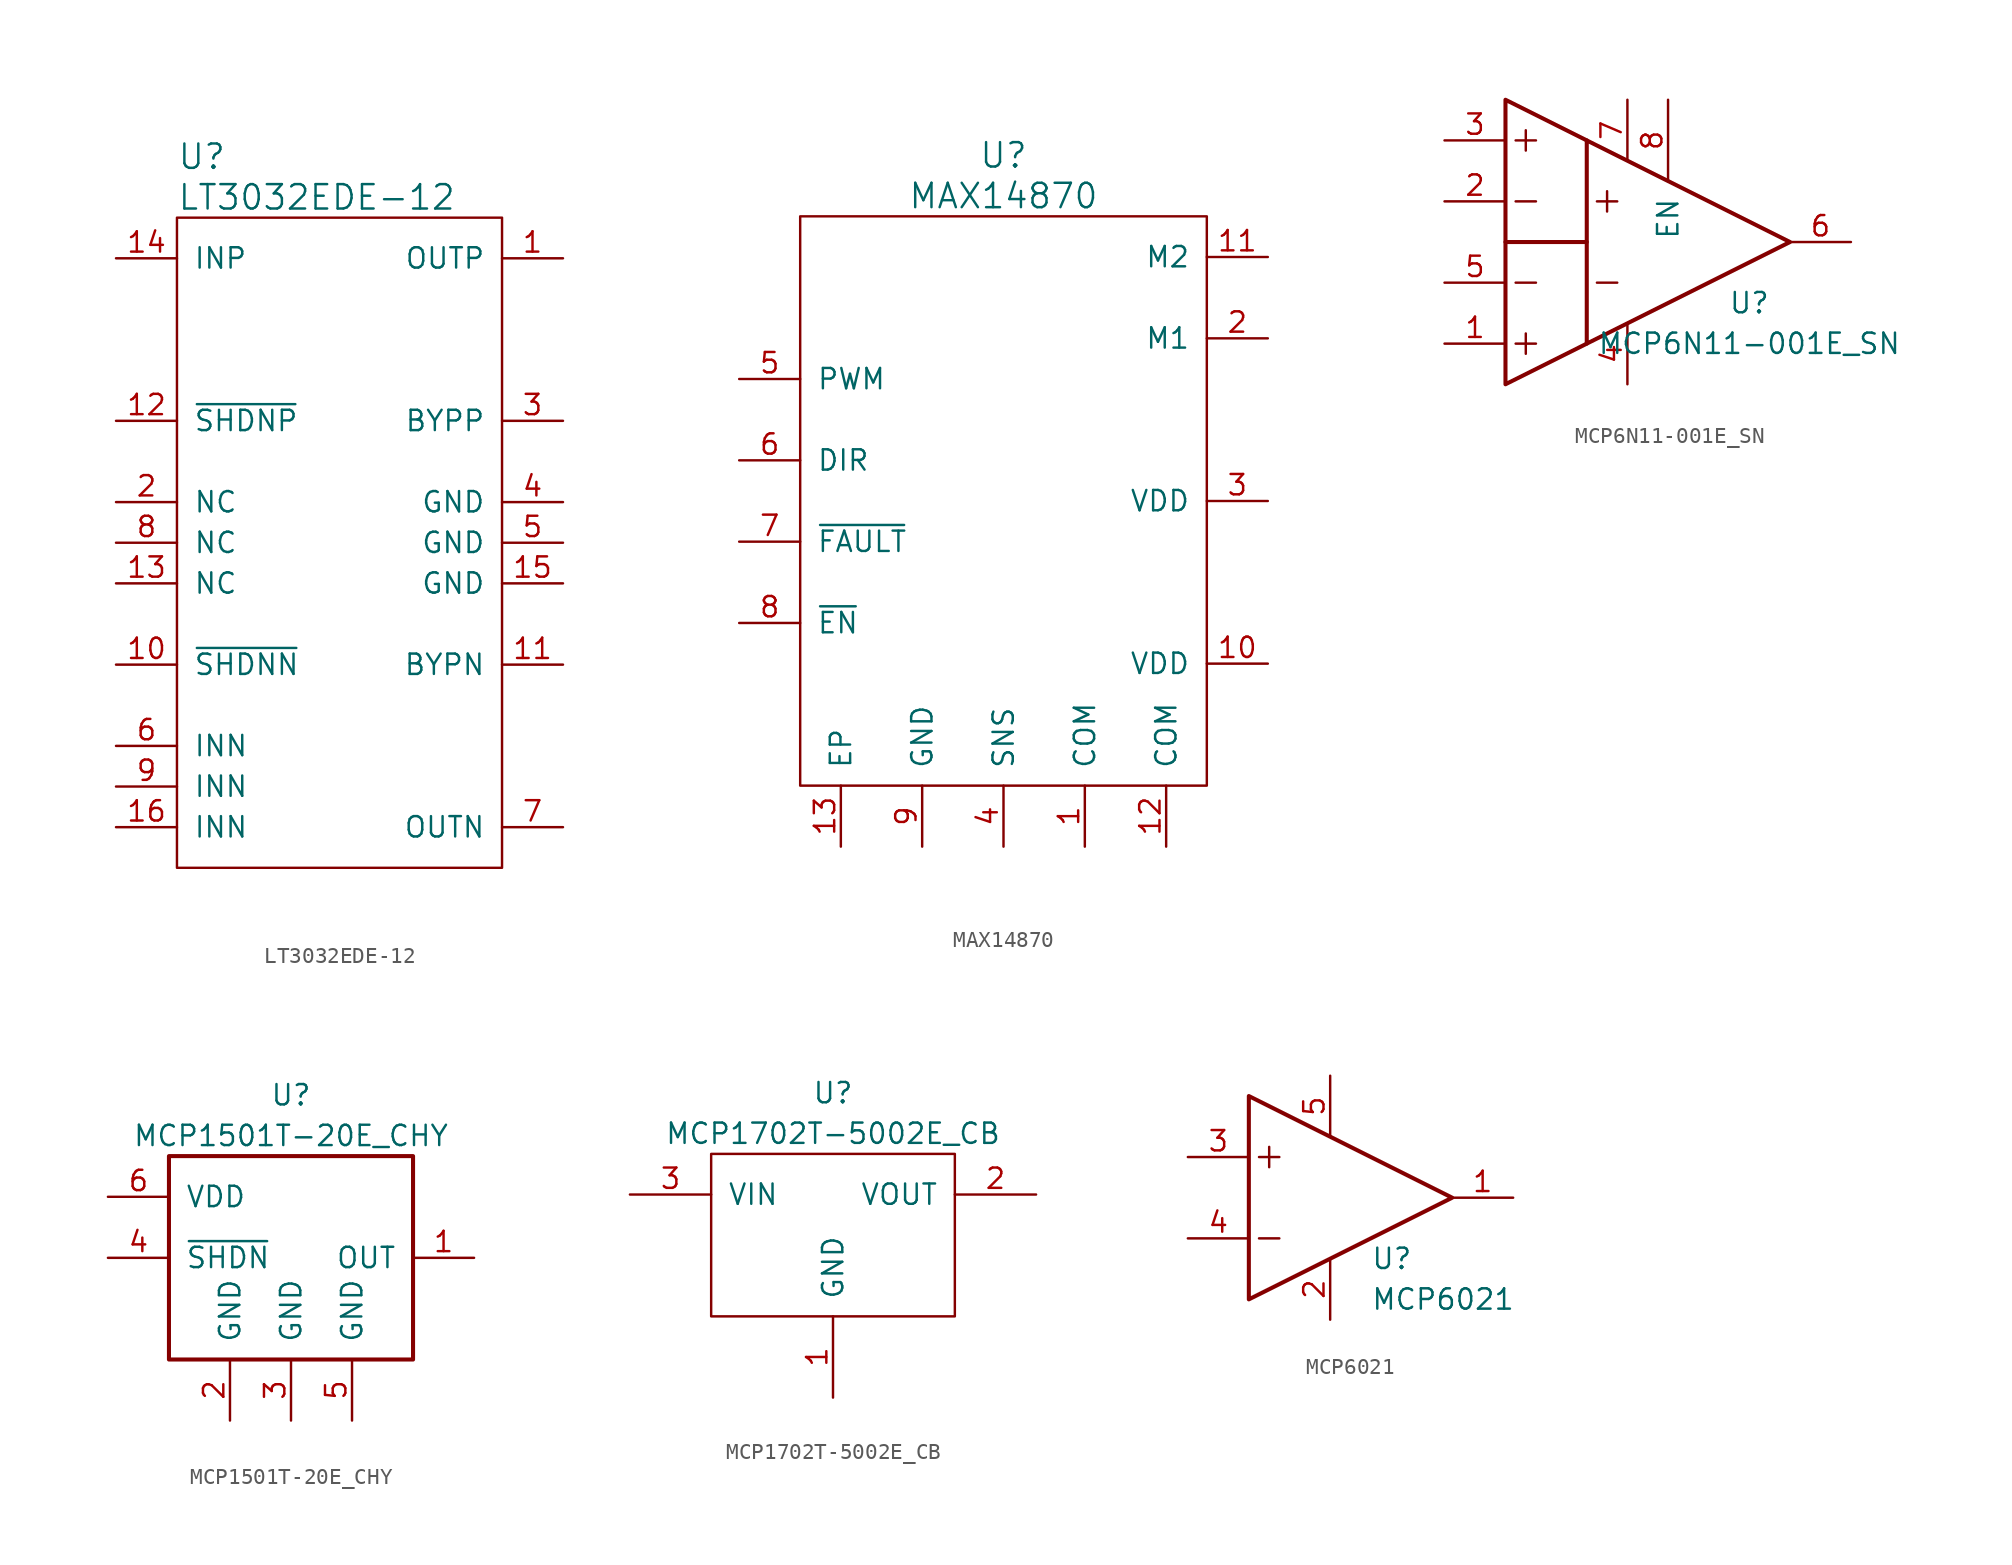
<source format=kicad_sym>
(kicad_symbol_lib
  (version 20211014)
  (generator kicad_symbol_editor)
  (symbol "LT3032EDE-12"
    (pin_names
      (offset 1.016))
    (property "Reference" "U"
      (at -10.16 24.13 0)
      (effects (font (size 1.524 1.524)) (justify left)))
    (property "Value" "LT3032EDE-12"
      (at -10.16 21.59 0)
      (effects (font (size 1.524 1.524)) (justify left)))
    (symbol "LT3032EDE-12_0_1"
      (rectangle (start -10.16 20.32) (end 10.16 -20.32) (stroke (width 0) (type default) (color 0 0 0 0)) (fill (type none))))
    (symbol "LT3032EDE-12_1_1"
      (pin input line (at 13.97 17.78 180) (length 3.81) (name "OUTP" (effects (font (size 1.27 1.27)))) (number "1" (effects (font (size 1.27 1.27)))))
      (pin input line (at -13.97 -7.62 0) (length 3.81) (name "~{SHDNN}" (effects (font (size 1.27 1.27)))) (number "10" (effects (font (size 1.27 1.27)))))
      (pin input line (at 13.97 -7.62 180) (length 3.81) (name "BYPN" (effects (font (size 1.27 1.27)))) (number "11" (effects (font (size 1.27 1.27)))))
      (pin input line (at -13.97 7.62 0) (length 3.81) (name "~{SHDNP}" (effects (font (size 1.27 1.27)))) (number "12" (effects (font (size 1.27 1.27)))))
      (pin input line (at -13.97 -2.54 0) (length 3.81) (name "NC" (effects (font (size 1.27 1.27)))) (number "13" (effects (font (size 1.27 1.27)))))
      (pin input line (at -13.97 17.78 0) (length 3.81) (name "INP" (effects (font (size 1.27 1.27)))) (number "14" (effects (font (size 1.27 1.27)))))
      (pin input line (at 13.97 -2.54 180) (length 3.81) (name "GND" (effects (font (size 1.27 1.27)))) (number "15" (effects (font (size 1.27 1.27)))))
      (pin input line (at -13.97 -17.78 0) (length 3.81) (name "INN" (effects (font (size 1.27 1.27)))) (number "16" (effects (font (size 1.27 1.27)))))
      (pin input line (at -13.97 2.54 0) (length 3.81) (name "NC" (effects (font (size 1.27 1.27)))) (number "2" (effects (font (size 1.27 1.27)))))
      (pin input line (at 13.97 7.62 180) (length 3.81) (name "BYPP" (effects (font (size 1.27 1.27)))) (number "3" (effects (font (size 1.27 1.27)))))
      (pin input line (at 13.97 2.54 180) (length 3.81) (name "GND" (effects (font (size 1.27 1.27)))) (number "4" (effects (font (size 1.27 1.27)))))
      (pin input line (at 13.97 0 180) (length 3.81) (name "GND" (effects (font (size 1.27 1.27)))) (number "5" (effects (font (size 1.27 1.27)))))
      (pin input line (at -13.97 -12.7 0) (length 3.81) (name "INN" (effects (font (size 1.27 1.27)))) (number "6" (effects (font (size 1.27 1.27)))))
      (pin input line (at 13.97 -17.78 180) (length 3.81) (name "OUTN" (effects (font (size 1.27 1.27)))) (number "7" (effects (font (size 1.27 1.27)))))
      (pin input line (at -13.97 0 0) (length 3.81) (name "NC" (effects (font (size 1.27 1.27)))) (number "8" (effects (font (size 1.27 1.27)))))
      (pin input line (at -13.97 -15.24 0) (length 3.81) (name "INN" (effects (font (size 1.27 1.27)))) (number "9" (effects (font (size 1.27 1.27)))))))
  (symbol "MAX14870"
    (pin_names
      (offset 1.016))
    (property "Reference" "U"
      (at 0 21.59 0)
      (effects (font (size 1.524 1.524))))
    (property "Value" "MAX14870"
      (at 0 19.05 0)
      (effects (font (size 1.524 1.524))))
    (symbol "MAX14870_0_1"
      (rectangle (start -12.7 17.78) (end 12.7 -17.78) (stroke (width 0) (type default) (color 0 0 0 0)) (fill (type none))))
    (symbol "MAX14870_1_1"
      (pin input line (at 5.08 -21.59 90) (length 3.81) (name "COM" (effects (font (size 1.27 1.27)))) (number "1" (effects (font (size 1.27 1.27)))))
      (pin input line (at 16.51 -10.16 180) (length 3.81) (name "VDD" (effects (font (size 1.27 1.27)))) (number "10" (effects (font (size 1.27 1.27)))))
      (pin input line (at 16.51 15.24 180) (length 3.81) (name "M2" (effects (font (size 1.27 1.27)))) (number "11" (effects (font (size 1.27 1.27)))))
      (pin input line (at 10.16 -21.59 90) (length 3.81) (name "COM" (effects (font (size 1.27 1.27)))) (number "12" (effects (font (size 1.27 1.27)))))
      (pin input line (at -10.16 -21.59 90) (length 3.81) (name "EP" (effects (font (size 1.27 1.27)))) (number "13" (effects (font (size 1.27 1.27)))))
      (pin input line (at 16.51 10.16 180) (length 3.81) (name "M1" (effects (font (size 1.27 1.27)))) (number "2" (effects (font (size 1.27 1.27)))))
      (pin input line (at 16.51 0 180) (length 3.81) (name "VDD" (effects (font (size 1.27 1.27)))) (number "3" (effects (font (size 1.27 1.27)))))
      (pin input line (at 0 -21.59 90) (length 3.81) (name "SNS" (effects (font (size 1.27 1.27)))) (number "4" (effects (font (size 1.27 1.27)))))
      (pin input line (at -16.51 7.62 0) (length 3.81) (name "PWM" (effects (font (size 1.27 1.27)))) (number "5" (effects (font (size 1.27 1.27)))))
      (pin input line (at -16.51 2.54 0) (length 3.81) (name "DIR" (effects (font (size 1.27 1.27)))) (number "6" (effects (font (size 1.27 1.27)))))
      (pin input line (at -16.51 -2.54 0) (length 3.81) (name "~{FAULT}" (effects (font (size 1.27 1.27)))) (number "7" (effects (font (size 1.27 1.27)))))
      (pin input line (at -16.51 -7.62 0) (length 3.81) (name "~{EN}" (effects (font (size 1.27 1.27)))) (number "8" (effects (font (size 1.27 1.27)))))
      (pin input line (at -5.08 -21.59 90) (length 3.81) (name "GND" (effects (font (size 1.27 1.27)))) (number "9" (effects (font (size 1.27 1.27)))))))
  (symbol "MCP6N11-001E_SN"
    (pin_names
      (offset 1.016))
    (property "Reference" "U"
      (at 7.62 -3.81 0)
      (effects (font (size 1.27 1.27))))
    (property "Value" "MCP6N11-001E_SN"
      (at 7.62 -6.35 0)
      (effects (font (size 1.27 1.27))))
    (symbol "MCP6N11-001E_SN_0_1"
      (polyline (pts (xy -7.62 0) (xy -2.54 0)) (stroke (width 0.254) (type default) (color 0 0 0 0)) (fill (type none)))
      (polyline (pts (xy -6.985 -6.35) (xy -5.715 -6.35)) (stroke (width 0) (type default) (color 0 0 0 0)) (fill (type none)))
      (polyline (pts (xy -6.985 -2.54) (xy -5.715 -2.54)) (stroke (width 0) (type default) (color 0 0 0 0)) (fill (type none)))
      (polyline (pts (xy -6.985 2.54) (xy -5.715 2.54)) (stroke (width 0) (type default) (color 0 0 0 0)) (fill (type none)))
      (polyline (pts (xy -6.985 6.35) (xy -5.715 6.35)) (stroke (width 0) (type default) (color 0 0 0 0)) (fill (type none)))
      (polyline (pts (xy -6.35 -5.715) (xy -6.35 -6.985)) (stroke (width 0) (type default) (color 0 0 0 0)) (fill (type none)))
      (polyline (pts (xy -6.35 6.985) (xy -6.35 5.715)) (stroke (width 0) (type default) (color 0 0 0 0)) (fill (type none)))
      (polyline (pts (xy -1.905 -2.54) (xy -0.635 -2.54)) (stroke (width 0) (type default) (color 0 0 0 0)) (fill (type none)))
      (polyline (pts (xy -1.905 2.54) (xy -0.635 2.54)) (stroke (width 0) (type default) (color 0 0 0 0)) (fill (type none)))
      (polyline (pts (xy -1.27 3.175) (xy -1.27 1.905)) (stroke (width 0) (type default) (color 0 0 0 0)) (fill (type none)))
      (polyline (pts (xy -2.54 6.35) (xy -7.62 8.89) (xy -7.62 -8.89) (xy -2.54 -6.35)) (stroke (width 0.254) (type default) (color 0 0 0 0)) (fill (type none)))
      (polyline (pts (xy -2.54 0) (xy -2.54 6.35) (xy 10.16 0) (xy -2.54 -6.35) (xy -2.54 0)) (stroke (width 0.254) (type default) (color 0 0 0 0)) (fill (type none))))
    (symbol "MCP6N11-001E_SN_1_1"
      (pin input line (at -11.43 -6.35 0) (length 3.81) (name "~" (effects (font (size 1.27 1.27)))) (number "1" (effects (font (size 1.27 1.27)))))
      (pin input line (at -11.43 2.54 0) (length 3.81) (name "~" (effects (font (size 1.27 1.27)))) (number "2" (effects (font (size 1.27 1.27)))))
      (pin input line (at -11.43 6.35 0) (length 3.81) (name "~" (effects (font (size 1.27 1.27)))) (number "3" (effects (font (size 1.27 1.27)))))
      (pin power_in line (at 0 -8.89 90) (length 3.81) (name "~" (effects (font (size 1.27 1.27)))) (number "4" (effects (font (size 1.27 1.27)))))
      (pin input line (at -11.43 -2.54 0) (length 3.81) (name "~" (effects (font (size 1.27 1.27)))) (number "5" (effects (font (size 1.27 1.27)))))
      (pin output line (at 13.97 0 180) (length 3.81) (name "~" (effects (font (size 1.27 1.27)))) (number "6" (effects (font (size 1.27 1.27)))))
      (pin power_in line (at 0 8.89 270) (length 3.81) (name "~" (effects (font (size 1.27 1.27)))) (number "7" (effects (font (size 1.27 1.27)))))
      (pin input line (at 2.54 8.89 270) (length 5.08) (name "EN" (effects (font (size 1.27 1.27)))) (number "8" (effects (font (size 1.27 1.27)))))))
  (symbol "MCP1501T-20E_CHY"
    (pin_names
      (offset 1.016))
    (property "Reference" "U"
      (at 0 10.16 0)
      (effects (font (size 1.27 1.27))))
    (property "Value" "MCP1501T-20E_CHY"
      (at 0 7.62 0)
      (effects (font (size 1.27 1.27))))
    (symbol "MCP1501T-20E_CHY_0_1"
      (rectangle (start -7.62 6.35) (end 7.62 -6.35) (stroke (width 0.254) (type default) (color 0 0 0 0)) (fill (type none)))
      (pin output line (at 11.43 0 180) (length 3.81) (name "OUT" (effects (font (size 1.27 1.27)))) (number "1" (effects (font (size 1.27 1.27)))))
      (pin power_in line (at -3.81 -10.16 90) (length 3.81) (name "GND" (effects (font (size 1.27 1.27)))) (number "2" (effects (font (size 1.27 1.27)))))
      (pin power_in line (at 0 -10.16 90) (length 3.81) (name "GND" (effects (font (size 1.27 1.27)))) (number "3" (effects (font (size 1.27 1.27)))))
      (pin input line (at -11.43 0 0) (length 3.81) (name "~{SHDN}" (effects (font (size 1.27 1.27)))) (number "4" (effects (font (size 1.27 1.27)))))
      (pin power_in line (at 3.81 -10.16 90) (length 3.81) (name "GND" (effects (font (size 1.27 1.27)))) (number "5" (effects (font (size 1.27 1.27)))))
      (pin power_in line (at -11.43 3.81 0) (length 3.81) (name "VDD" (effects (font (size 1.27 1.27)))) (number "6" (effects (font (size 1.27 1.27)))))))
  (symbol "MCP1702T-5002E_CB"
    (pin_names
      (offset 1.016))
    (property "Reference" "U"
      (at 0 8.89 0)
      (effects (font (size 1.27 1.27))))
    (property "Value" "MCP1702T-5002E_CB"
      (at 0 6.35 0)
      (effects (font (size 1.27 1.27))))
    (symbol "MCP1702T-5002E_CB_0_1"
      (rectangle (start -7.62 5.08) (end 7.62 -5.08) (stroke (width 0) (type default) (color 0 0 0 0)) (fill (type none))))
    (symbol "MCP1702T-5002E_CB_1_1"
      (pin input line (at 0 -10.16 90) (length 5.08) (name "GND" (effects (font (size 1.27 1.27)))) (number "1" (effects (font (size 1.27 1.27)))))
      (pin input line (at 12.7 2.54 180) (length 5.08) (name "VOUT" (effects (font (size 1.27 1.27)))) (number "2" (effects (font (size 1.27 1.27)))))
      (pin input line (at -12.7 2.54 0) (length 5.08) (name "VIN" (effects (font (size 1.27 1.27)))) (number "3" (effects (font (size 1.27 1.27)))))))
  (symbol "MCP6021"
    (property "Reference" "U"
      (at 2.54 -3.81 0)
      (effects (font (size 1.27 1.27)) (justify left)))
    (property "Value" "MCP6021"
      (at 2.54 -6.35 0)
      (effects (font (size 1.27 1.27)) (justify left)))
    (symbol "MCP6021_0_1"
      (polyline (pts (xy -4.445 -2.54) (xy -3.175 -2.54)) (stroke (width 0) (type default) (color 0 0 0 0)) (fill (type none)))
      (polyline (pts (xy -4.445 2.54) (xy -3.175 2.54)) (stroke (width 0) (type default) (color 0 0 0 0)) (fill (type none)))
      (polyline (pts (xy -3.81 3.175) (xy -3.81 1.905)) (stroke (width 0) (type default) (color 0 0 0 0)) (fill (type none)))
      (polyline (pts (xy -5.08 6.35) (xy 7.62 0) (xy -5.08 -6.35) (xy -5.08 6.35)) (stroke (width 0.254) (type default) (color 0 0 0 0)) (fill (type none)))
      (pin power_in line (at 0 -7.62 90) (length 3.81) (name "~" (effects (font (size 1.27 1.27)))) (number "2" (effects (font (size 1.27 1.27)))))
      (pin power_in line (at 0 7.62 270) (length 3.81) (name "~" (effects (font (size 1.27 1.27)))) (number "5" (effects (font (size 1.27 1.27))))))
    (symbol "MCP6021_1_1"
      (pin output line (at 11.43 0 180) (length 3.81) (name "~" (effects (font (size 1.27 1.27)))) (number "1" (effects (font (size 1.27 1.27)))))
      (pin input line (at -8.89 2.54 0) (length 3.81) (name "~" (effects (font (size 1.905 1.905)))) (number "3" (effects (font (size 1.27 1.27)))))
      (pin input line (at -8.89 -2.54 0) (length 3.81) (name "~" (effects (font (size 1.905 1.905)))) (number "4" (effects (font (size 1.27 1.27))))))))
</source>
